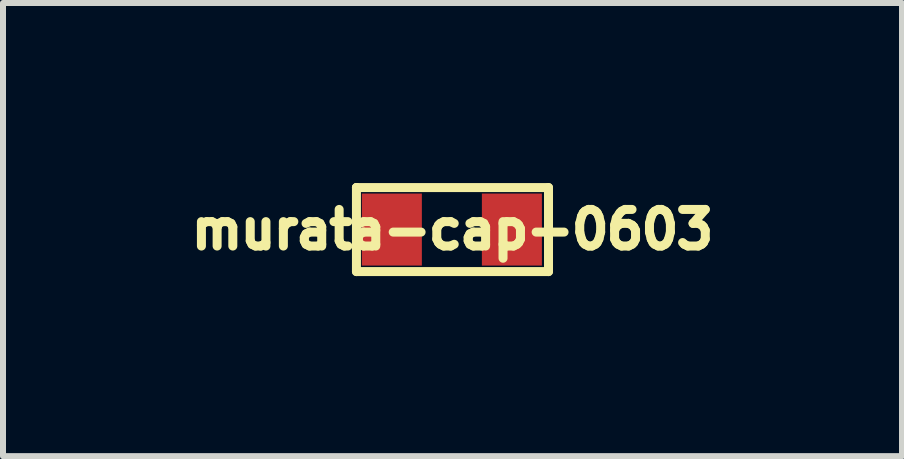
<source format=kicad_pcb>
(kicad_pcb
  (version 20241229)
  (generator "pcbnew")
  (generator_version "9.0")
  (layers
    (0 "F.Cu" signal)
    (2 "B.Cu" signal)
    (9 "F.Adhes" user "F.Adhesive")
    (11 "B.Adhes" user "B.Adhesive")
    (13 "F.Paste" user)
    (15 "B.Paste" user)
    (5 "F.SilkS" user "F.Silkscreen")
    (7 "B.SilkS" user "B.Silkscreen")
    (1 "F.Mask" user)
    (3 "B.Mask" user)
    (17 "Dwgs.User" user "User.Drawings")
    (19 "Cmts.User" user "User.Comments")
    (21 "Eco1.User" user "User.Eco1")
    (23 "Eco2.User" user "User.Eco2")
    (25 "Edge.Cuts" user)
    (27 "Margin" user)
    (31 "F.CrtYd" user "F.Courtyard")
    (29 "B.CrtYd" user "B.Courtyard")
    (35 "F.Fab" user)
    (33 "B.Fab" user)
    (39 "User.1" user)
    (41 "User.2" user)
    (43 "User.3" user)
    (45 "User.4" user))
  (footprint "murata-cap-0603"
    (layer "F.Cu")
    (at 4.489 0.775)
    (property "Reference" "murata-cap-0603" (at 0 0 0) (layer "F.SilkS") (effects (font (size 0.61 0.61) (thickness 0.15))))
    (attr through_hole)
    (fp_line (start -1.6 -0.7) (end -1.6 -0.7) (stroke (width 0.15) (type solid)) (layer "F.SilkS"))
    (fp_line (start -1.6 -0.7) (end 1.6 -0.7) (stroke (width 0.15) (type solid)) (layer "F.SilkS"))
    (fp_line (start -1.6 0.7) (end -1.6 -0.7) (stroke (width 0.15) (type solid)) (layer "F.SilkS"))
    (fp_line (start 1.6 -0.7) (end 1.6 0.7) (stroke (width 0.15) (type solid)) (layer "F.SilkS"))
    (fp_line (start 1.6 0.7) (end -1.6 0.7) (stroke (width 0.15) (type solid)) (layer "F.SilkS"))
    (pad "1" smd rect (at -1.01 0) (size 1 1.2) (layers "F.Cu" "F.Mask" "F.Paste"))
    (pad "2" smd rect (at 0.99 0) (size 1 1.2) (layers "F.Cu" "F.Mask" "F.Paste")))
  (gr_rect
    (start -3 -3)
    (end 11.979 4.55)
    (stroke (width 0.1) (type default))
    (fill no)
    (layer "Edge.Cuts")))
</source>
